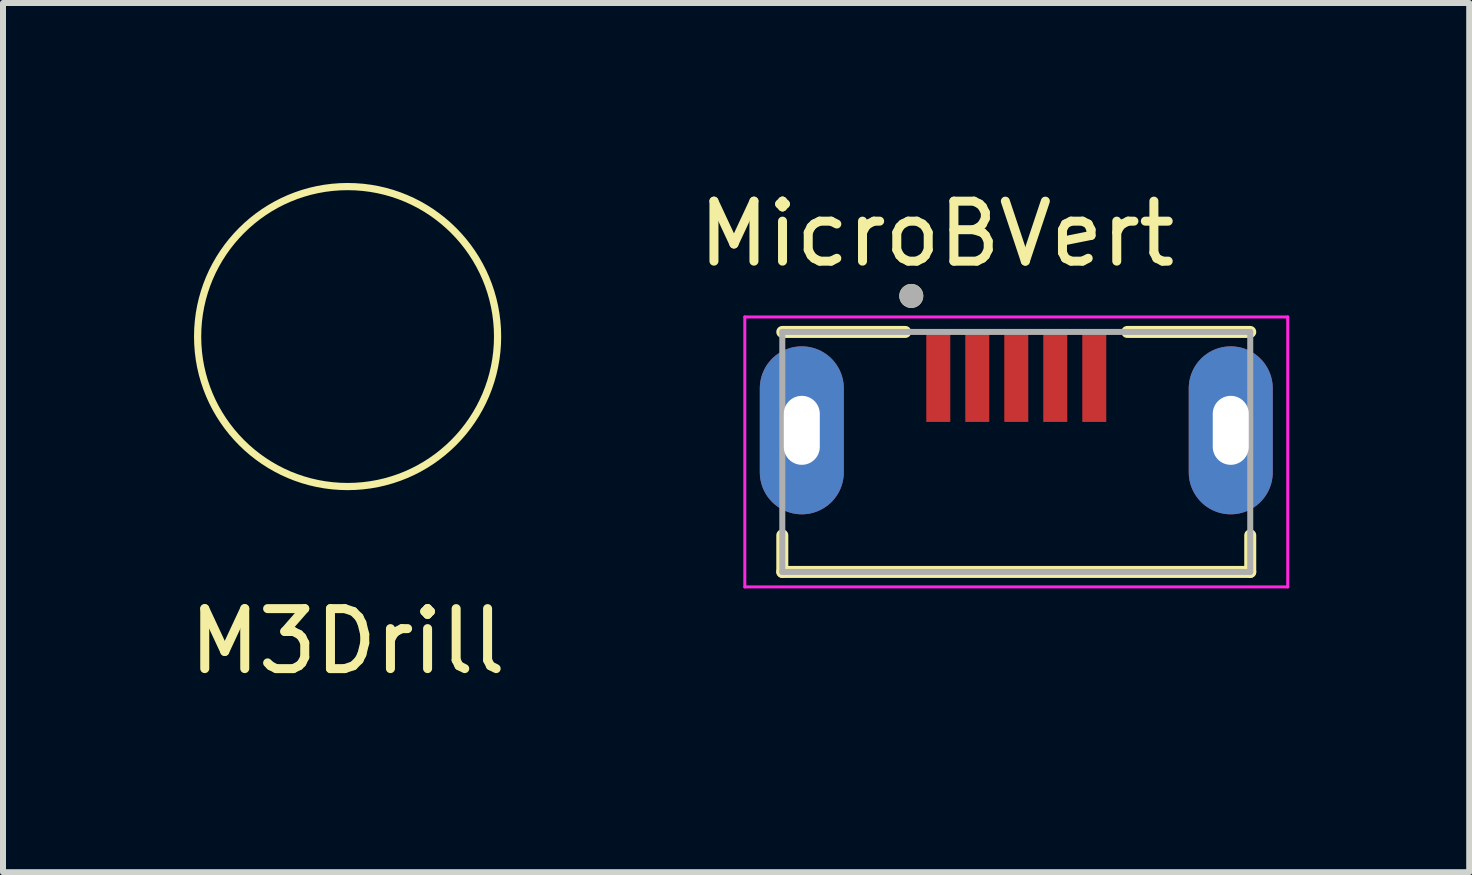
<source format=kicad_pcb>
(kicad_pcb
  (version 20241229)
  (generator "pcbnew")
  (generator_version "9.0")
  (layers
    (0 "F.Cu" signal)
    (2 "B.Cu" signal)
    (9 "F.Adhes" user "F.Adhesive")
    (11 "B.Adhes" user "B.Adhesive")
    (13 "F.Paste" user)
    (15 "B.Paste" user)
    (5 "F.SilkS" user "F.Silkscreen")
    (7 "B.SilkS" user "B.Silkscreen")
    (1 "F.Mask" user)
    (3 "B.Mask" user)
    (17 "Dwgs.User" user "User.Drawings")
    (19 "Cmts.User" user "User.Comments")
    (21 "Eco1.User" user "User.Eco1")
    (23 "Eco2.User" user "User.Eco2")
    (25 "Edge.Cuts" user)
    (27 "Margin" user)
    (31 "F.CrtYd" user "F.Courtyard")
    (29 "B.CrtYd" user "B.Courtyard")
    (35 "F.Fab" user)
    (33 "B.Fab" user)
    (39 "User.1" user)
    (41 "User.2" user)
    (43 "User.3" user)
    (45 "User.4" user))
  (footprint "M3Drill"
    (layer "F.Cu")
    (at 2.744 2.56)
    (property "Reference" "M3Drill" (at 0 5.08 0) (layer "F.SilkS") (effects (font (size 1 1) (thickness 0.15))))
    (attr through_hole)
    (fp_circle (center 0 0) (end 2.5 0) (stroke (width 0.12) (type solid)) (fill no) (layer "F.SilkS")))
  (footprint "MicroBVert"
    (layer "F.Cu")
    (at 13.89 4.483)
    (property "Reference" "MicroBVert" (at -1.325 -3.635 0) (layer "F.SilkS") (effects (font (size 1 1) (thickness 0.15))))
    (attr through_hole)
    (fp_poly (pts (xy -3.575 0.615) (xy -3.612 0.614) (xy -3.648 0.611) (xy -3.685 0.606) (xy -3.721 0.6) (xy -3.756 0.591) (xy -3.791 0.581) (xy -3.826 0.569) (xy -3.86 0.554) (xy -3.893 0.539) (xy -3.925 0.521) (xy -3.956 0.502) (xy -3.986 0.481) (xy -4.016 0.459) (xy -4.043 0.435) (xy -4.07 0.41) (xy -4.095 0.383) (xy -4.119 0.356) (xy -4.141 0.326) (xy -4.162 0.296) (xy -4.181 0.265) (xy -4.199 0.233) (xy -4.214 0.2) (xy -4.229 0.166) (xy -4.241 0.131) (xy -4.251 0.096) (xy -4.26 0.061) (xy -4.266 0.025) (xy -4.271 -0.012) (xy -4.274 -0.048) (xy -4.275 -0.085) (xy -4.275 -0.635) (xy -4.274 -0.672) (xy -4.271 -0.708) (xy -4.266 -0.745) (xy -4.26 -0.781) (xy -4.251 -0.816) (xy -4.241 -0.851) (xy -4.229 -0.886) (xy -4.214 -0.92) (xy -4.199 -0.953) (xy -4.181 -0.985) (xy -4.162 -1.016) (xy -4.141 -1.046) (xy -4.119 -1.076) (xy -4.095 -1.103) (xy -4.07 -1.13) (xy -4.043 -1.155) (xy -4.016 -1.179) (xy -3.986 -1.201) (xy -3.956 -1.222) (xy -3.925 -1.241) (xy -3.893 -1.259) (xy -3.86 -1.274) (xy -3.826 -1.289) (xy -3.791 -1.301) (xy -3.756 -1.311) (xy -3.721 -1.32) (xy -3.685 -1.326) (xy -3.648 -1.331) (xy -3.612 -1.334) (xy -3.575 -1.335) (xy -3.538 -1.334) (xy -3.502 -1.331) (xy -3.465 -1.326) (xy -3.429 -1.32) (xy -3.394 -1.311) (xy -3.359 -1.301) (xy -3.324 -1.289) (xy -3.29 -1.274) (xy -3.257 -1.259) (xy -3.225 -1.241) (xy -3.194 -1.222) (xy -3.164 -1.201) (xy -3.134 -1.179) (xy -3.107 -1.155) (xy -3.08 -1.13) (xy -3.055 -1.103) (xy -3.031 -1.076) (xy -3.009 -1.046) (xy -2.988 -1.016) (xy -2.969 -0.985) (xy -2.951 -0.953) (xy -2.936 -0.92) (xy -2.921 -0.886) (xy -2.909 -0.851) (xy -2.899 -0.816) (xy -2.89 -0.781) (xy -2.884 -0.745) (xy -2.879 -0.708) (xy -2.876 -0.672) (xy -2.875 -0.635) (xy -2.875 -0.085) (xy -2.876 -0.048) (xy -2.879 -0.012) (xy -2.884 0.025) (xy -2.89 0.061) (xy -2.899 0.096) (xy -2.909 0.131) (xy -2.921 0.166) (xy -2.936 0.2) (xy -2.951 0.233) (xy -2.969 0.265) (xy -2.988 0.296) (xy -3.009 0.326) (xy -3.031 0.356) (xy -3.055 0.383) (xy -3.08 0.41) (xy -3.107 0.435) (xy -3.134 0.459) (xy -3.164 0.481) (xy -3.194 0.502) (xy -3.225 0.521) (xy -3.257 0.539) (xy -3.29 0.554) (xy -3.324 0.569) (xy -3.359 0.581) (xy -3.394 0.591) (xy -3.429 0.6) (xy -3.465 0.606) (xy -3.502 0.611) (xy -3.538 0.614) (xy -3.575 0.615)) (stroke (width 0.01) (type solid)) (fill yes) (layer "F.Mask"))
    (fp_poly (pts (xy 3.575 0.615) (xy 3.538 0.614) (xy 3.502 0.611) (xy 3.465 0.606) (xy 3.429 0.6) (xy 3.394 0.591) (xy 3.359 0.581) (xy 3.324 0.569) (xy 3.29 0.554) (xy 3.257 0.539) (xy 3.225 0.521) (xy 3.194 0.502) (xy 3.164 0.481) (xy 3.134 0.459) (xy 3.107 0.435) (xy 3.08 0.41) (xy 3.055 0.383) (xy 3.031 0.356) (xy 3.009 0.326) (xy 2.988 0.296) (xy 2.969 0.265) (xy 2.951 0.233) (xy 2.936 0.2) (xy 2.921 0.166) (xy 2.909 0.131) (xy 2.899 0.096) (xy 2.89 0.061) (xy 2.884 0.025) (xy 2.879 -0.012) (xy 2.876 -0.048) (xy 2.875 -0.085) (xy 2.875 -0.635) (xy 2.876 -0.672) (xy 2.879 -0.708) (xy 2.884 -0.745) (xy 2.89 -0.781) (xy 2.899 -0.816) (xy 2.909 -0.851) (xy 2.921 -0.886) (xy 2.936 -0.92) (xy 2.951 -0.953) (xy 2.969 -0.985) (xy 2.988 -1.016) (xy 3.009 -1.046) (xy 3.031 -1.076) (xy 3.055 -1.103) (xy 3.08 -1.13) (xy 3.107 -1.155) (xy 3.134 -1.179) (xy 3.164 -1.201) (xy 3.194 -1.222) (xy 3.225 -1.241) (xy 3.257 -1.259) (xy 3.29 -1.274) (xy 3.324 -1.289) (xy 3.359 -1.301) (xy 3.394 -1.311) (xy 3.429 -1.32) (xy 3.465 -1.326) (xy 3.502 -1.331) (xy 3.538 -1.334) (xy 3.575 -1.335) (xy 3.612 -1.334) (xy 3.648 -1.331) (xy 3.685 -1.326) (xy 3.721 -1.32) (xy 3.756 -1.311) (xy 3.791 -1.301) (xy 3.826 -1.289) (xy 3.86 -1.274) (xy 3.893 -1.259) (xy 3.925 -1.241) (xy 3.956 -1.222) (xy 3.986 -1.201) (xy 4.016 -1.179) (xy 4.043 -1.155) (xy 4.07 -1.13) (xy 4.095 -1.103) (xy 4.119 -1.076) (xy 4.141 -1.046) (xy 4.162 -1.016) (xy 4.181 -0.985) (xy 4.199 -0.953) (xy 4.214 -0.92) (xy 4.229 -0.886) (xy 4.241 -0.851) (xy 4.251 -0.816) (xy 4.26 -0.781) (xy 4.266 -0.745) (xy 4.271 -0.708) (xy 4.274 -0.672) (xy 4.275 -0.635) (xy 4.275 -0.085) (xy 4.274 -0.048) (xy 4.271 -0.012) (xy 4.266 0.025) (xy 4.26 0.061) (xy 4.251 0.096) (xy 4.241 0.131) (xy 4.229 0.166) (xy 4.214 0.2) (xy 4.199 0.233) (xy 4.181 0.265) (xy 4.162 0.296) (xy 4.141 0.326) (xy 4.119 0.356) (xy 4.095 0.383) (xy 4.07 0.41) (xy 4.043 0.435) (xy 4.016 0.459) (xy 3.986 0.481) (xy 3.956 0.502) (xy 3.925 0.521) (xy 3.893 0.539) (xy 3.86 0.554) (xy 3.826 0.569) (xy 3.791 0.581) (xy 3.756 0.591) (xy 3.721 0.6) (xy 3.685 0.606) (xy 3.648 0.611) (xy 3.612 0.614) (xy 3.575 0.615)) (stroke (width 0.01) (type solid)) (fill yes) (layer "F.Mask"))
    (fp_poly (pts (xy -3.575 0.615) (xy -3.612 0.614) (xy -3.648 0.611) (xy -3.685 0.606) (xy -3.721 0.6) (xy -3.756 0.591) (xy -3.791 0.581) (xy -3.826 0.569) (xy -3.86 0.554) (xy -3.893 0.539) (xy -3.925 0.521) (xy -3.956 0.502) (xy -3.986 0.481) (xy -4.016 0.459) (xy -4.043 0.435) (xy -4.07 0.41) (xy -4.095 0.383) (xy -4.119 0.356) (xy -4.141 0.326) (xy -4.162 0.296) (xy -4.181 0.265) (xy -4.199 0.233) (xy -4.214 0.2) (xy -4.229 0.166) (xy -4.241 0.131) (xy -4.251 0.096) (xy -4.26 0.061) (xy -4.266 0.025) (xy -4.271 -0.012) (xy -4.274 -0.048) (xy -4.275 -0.085) (xy -4.275 -0.635) (xy -4.274 -0.672) (xy -4.271 -0.708) (xy -4.266 -0.745) (xy -4.26 -0.781) (xy -4.251 -0.816) (xy -4.241 -0.851) (xy -4.229 -0.886) (xy -4.214 -0.92) (xy -4.199 -0.953) (xy -4.181 -0.985) (xy -4.162 -1.016) (xy -4.141 -1.046) (xy -4.119 -1.076) (xy -4.095 -1.103) (xy -4.07 -1.13) (xy -4.043 -1.155) (xy -4.016 -1.179) (xy -3.986 -1.201) (xy -3.956 -1.222) (xy -3.925 -1.241) (xy -3.893 -1.259) (xy -3.86 -1.274) (xy -3.826 -1.289) (xy -3.791 -1.301) (xy -3.756 -1.311) (xy -3.721 -1.32) (xy -3.685 -1.326) (xy -3.648 -1.331) (xy -3.612 -1.334) (xy -3.575 -1.335) (xy -3.538 -1.334) (xy -3.502 -1.331) (xy -3.465 -1.326) (xy -3.429 -1.32) (xy -3.394 -1.311) (xy -3.359 -1.301) (xy -3.324 -1.289) (xy -3.29 -1.274) (xy -3.257 -1.259) (xy -3.225 -1.241) (xy -3.194 -1.222) (xy -3.164 -1.201) (xy -3.134 -1.179) (xy -3.107 -1.155) (xy -3.08 -1.13) (xy -3.055 -1.103) (xy -3.031 -1.076) (xy -3.009 -1.046) (xy -2.988 -1.016) (xy -2.969 -0.985) (xy -2.951 -0.953) (xy -2.936 -0.92) (xy -2.921 -0.886) (xy -2.909 -0.851) (xy -2.899 -0.816) (xy -2.89 -0.781) (xy -2.884 -0.745) (xy -2.879 -0.708) (xy -2.876 -0.672) (xy -2.875 -0.635) (xy -2.875 -0.085) (xy -2.876 -0.048) (xy -2.879 -0.012) (xy -2.884 0.025) (xy -2.89 0.061) (xy -2.899 0.096) (xy -2.909 0.131) (xy -2.921 0.166) (xy -2.936 0.2) (xy -2.951 0.233) (xy -2.969 0.265) (xy -2.988 0.296) (xy -3.009 0.326) (xy -3.031 0.356) (xy -3.055 0.383) (xy -3.08 0.41) (xy -3.107 0.435) (xy -3.134 0.459) (xy -3.164 0.481) (xy -3.194 0.502) (xy -3.225 0.521) (xy -3.257 0.539) (xy -3.29 0.554) (xy -3.324 0.569) (xy -3.359 0.581) (xy -3.394 0.591) (xy -3.429 0.6) (xy -3.465 0.606) (xy -3.502 0.611) (xy -3.538 0.614) (xy -3.575 0.615)) (stroke (width 0.01) (type solid)) (fill yes) (layer "B.Mask"))
    (fp_poly (pts (xy 3.575 0.615) (xy 3.538 0.614) (xy 3.502 0.611) (xy 3.465 0.606) (xy 3.429 0.6) (xy 3.394 0.591) (xy 3.359 0.581) (xy 3.324 0.569) (xy 3.29 0.554) (xy 3.257 0.539) (xy 3.225 0.521) (xy 3.194 0.502) (xy 3.164 0.481) (xy 3.134 0.459) (xy 3.107 0.435) (xy 3.08 0.41) (xy 3.055 0.383) (xy 3.031 0.356) (xy 3.009 0.326) (xy 2.988 0.296) (xy 2.969 0.265) (xy 2.951 0.233) (xy 2.936 0.2) (xy 2.921 0.166) (xy 2.909 0.131) (xy 2.899 0.096) (xy 2.89 0.061) (xy 2.884 0.025) (xy 2.879 -0.012) (xy 2.876 -0.048) (xy 2.875 -0.085) (xy 2.875 -0.635) (xy 2.876 -0.672) (xy 2.879 -0.708) (xy 2.884 -0.745) (xy 2.89 -0.781) (xy 2.899 -0.816) (xy 2.909 -0.851) (xy 2.921 -0.886) (xy 2.936 -0.92) (xy 2.951 -0.953) (xy 2.969 -0.985) (xy 2.988 -1.016) (xy 3.009 -1.046) (xy 3.031 -1.076) (xy 3.055 -1.103) (xy 3.08 -1.13) (xy 3.107 -1.155) (xy 3.134 -1.179) (xy 3.164 -1.201) (xy 3.194 -1.222) (xy 3.225 -1.241) (xy 3.257 -1.259) (xy 3.29 -1.274) (xy 3.324 -1.289) (xy 3.359 -1.301) (xy 3.394 -1.311) (xy 3.429 -1.32) (xy 3.465 -1.326) (xy 3.502 -1.331) (xy 3.538 -1.334) (xy 3.575 -1.335) (xy 3.612 -1.334) (xy 3.648 -1.331) (xy 3.685 -1.326) (xy 3.721 -1.32) (xy 3.756 -1.311) (xy 3.791 -1.301) (xy 3.826 -1.289) (xy 3.86 -1.274) (xy 3.893 -1.259) (xy 3.925 -1.241) (xy 3.956 -1.222) (xy 3.986 -1.201) (xy 4.016 -1.179) (xy 4.043 -1.155) (xy 4.07 -1.13) (xy 4.095 -1.103) (xy 4.119 -1.076) (xy 4.141 -1.046) (xy 4.162 -1.016) (xy 4.181 -0.985) (xy 4.199 -0.953) (xy 4.214 -0.92) (xy 4.229 -0.886) (xy 4.241 -0.851) (xy 4.251 -0.816) (xy 4.26 -0.781) (xy 4.266 -0.745) (xy 4.271 -0.708) (xy 4.274 -0.672) (xy 4.275 -0.635) (xy 4.275 -0.085) (xy 4.274 -0.048) (xy 4.271 -0.012) (xy 4.266 0.025) (xy 4.26 0.061) (xy 4.251 0.096) (xy 4.241 0.131) (xy 4.229 0.166) (xy 4.214 0.2) (xy 4.199 0.233) (xy 4.181 0.265) (xy 4.162 0.296) (xy 4.141 0.326) (xy 4.119 0.356) (xy 4.095 0.383) (xy 4.07 0.41) (xy 4.043 0.435) (xy 4.016 0.459) (xy 3.986 0.481) (xy 3.956 0.502) (xy 3.925 0.521) (xy 3.893 0.539) (xy 3.86 0.554) (xy 3.826 0.569) (xy 3.791 0.581) (xy 3.756 0.591) (xy 3.721 0.6) (xy 3.685 0.606) (xy 3.648 0.611) (xy 3.612 0.614) (xy 3.575 0.615)) (stroke (width 0.01) (type solid)) (fill yes) (layer "B.Mask"))
    (fp_line (start -3.9 -2) (end -1.85 -2) (stroke (width 0.2) (type solid)) (layer "F.SilkS"))
    (fp_line (start -3.9 2) (end -3.9 1.39) (stroke (width 0.2) (type solid)) (layer "F.SilkS"))
    (fp_line (start -3.9 2) (end 3.9 2) (stroke (width 0.2) (type solid)) (layer "F.SilkS"))
    (fp_line (start 1.85 -2) (end 3.9 -2) (stroke (width 0.2) (type solid)) (layer "F.SilkS"))
    (fp_line (start 3.9 2) (end 3.9 1.39) (stroke (width 0.2) (type solid)) (layer "F.SilkS"))
    (fp_circle (center -1.75 -2.6) (end -1.65 -2.6) (stroke (width 0.2) (type solid)) (fill no) (layer "F.SilkS"))
    (fp_line (start -4.525 -2.25) (end 4.525 -2.25) (stroke (width 0.05) (type solid)) (layer "F.CrtYd"))
    (fp_line (start -4.525 2.25) (end -4.525 -2.25) (stroke (width 0.05) (type solid)) (layer "F.CrtYd"))
    (fp_line (start -4.525 2.25) (end 4.525 2.25) (stroke (width 0.05) (type solid)) (layer "F.CrtYd"))
    (fp_line (start 4.525 2.25) (end 4.525 -2.25) (stroke (width 0.05) (type solid)) (layer "F.CrtYd"))
    (fp_line (start -3.9 -2) (end 3.9 -2) (stroke (width 0.1) (type solid)) (layer "F.Fab"))
    (fp_line (start -3.9 2) (end -3.9 -2) (stroke (width 0.1) (type solid)) (layer "F.Fab"))
    (fp_line (start -3.9 2) (end 3.9 2) (stroke (width 0.1) (type solid)) (layer "F.Fab"))
    (fp_line (start 3.9 2) (end 3.9 -2) (stroke (width 0.1) (type solid)) (layer "F.Fab"))
    (fp_circle (center -1.75 -2.6) (end -1.65 -2.6) (stroke (width 0.2) (type solid)) (fill no) (layer "F.Fab"))
    (pad "1" smd rect (at -1.3 -1.25) (size 0.4 1.5) (layers "F.Cu" "F.Mask" "F.Paste"))
    (pad "2" smd rect (at -0.65 -1.25) (size 0.4 1.5) (layers "F.Cu" "F.Mask" "F.Paste"))
    (pad "3" smd rect (at 0 -1.25) (size 0.4 1.5) (layers "F.Cu" "F.Mask" "F.Paste"))
    (pad "4" smd rect (at 0.65 -1.25) (size 0.4 1.5) (layers "F.Cu" "F.Mask" "F.Paste"))
    (pad "5" smd rect (at 1.3 -1.25) (size 0.4 1.5) (layers "F.Cu" "F.Mask" "F.Paste"))
    (pad "S1" thru_hole oval (at -3.575 -0.36) (size 1.4 2.8) (drill oval 0.6 1.15) (layers "*.Cu"))
    (pad "S2" thru_hole oval (at 3.575 -0.36) (size 1.4 2.8) (drill oval 0.6 1.15) (layers "*.Cu")))
  (gr_rect
    (start -3 -3)
    (end 21.44 11.488)
    (stroke (width 0.1) (type default))
    (fill no)
    (layer "Edge.Cuts")))
</source>
